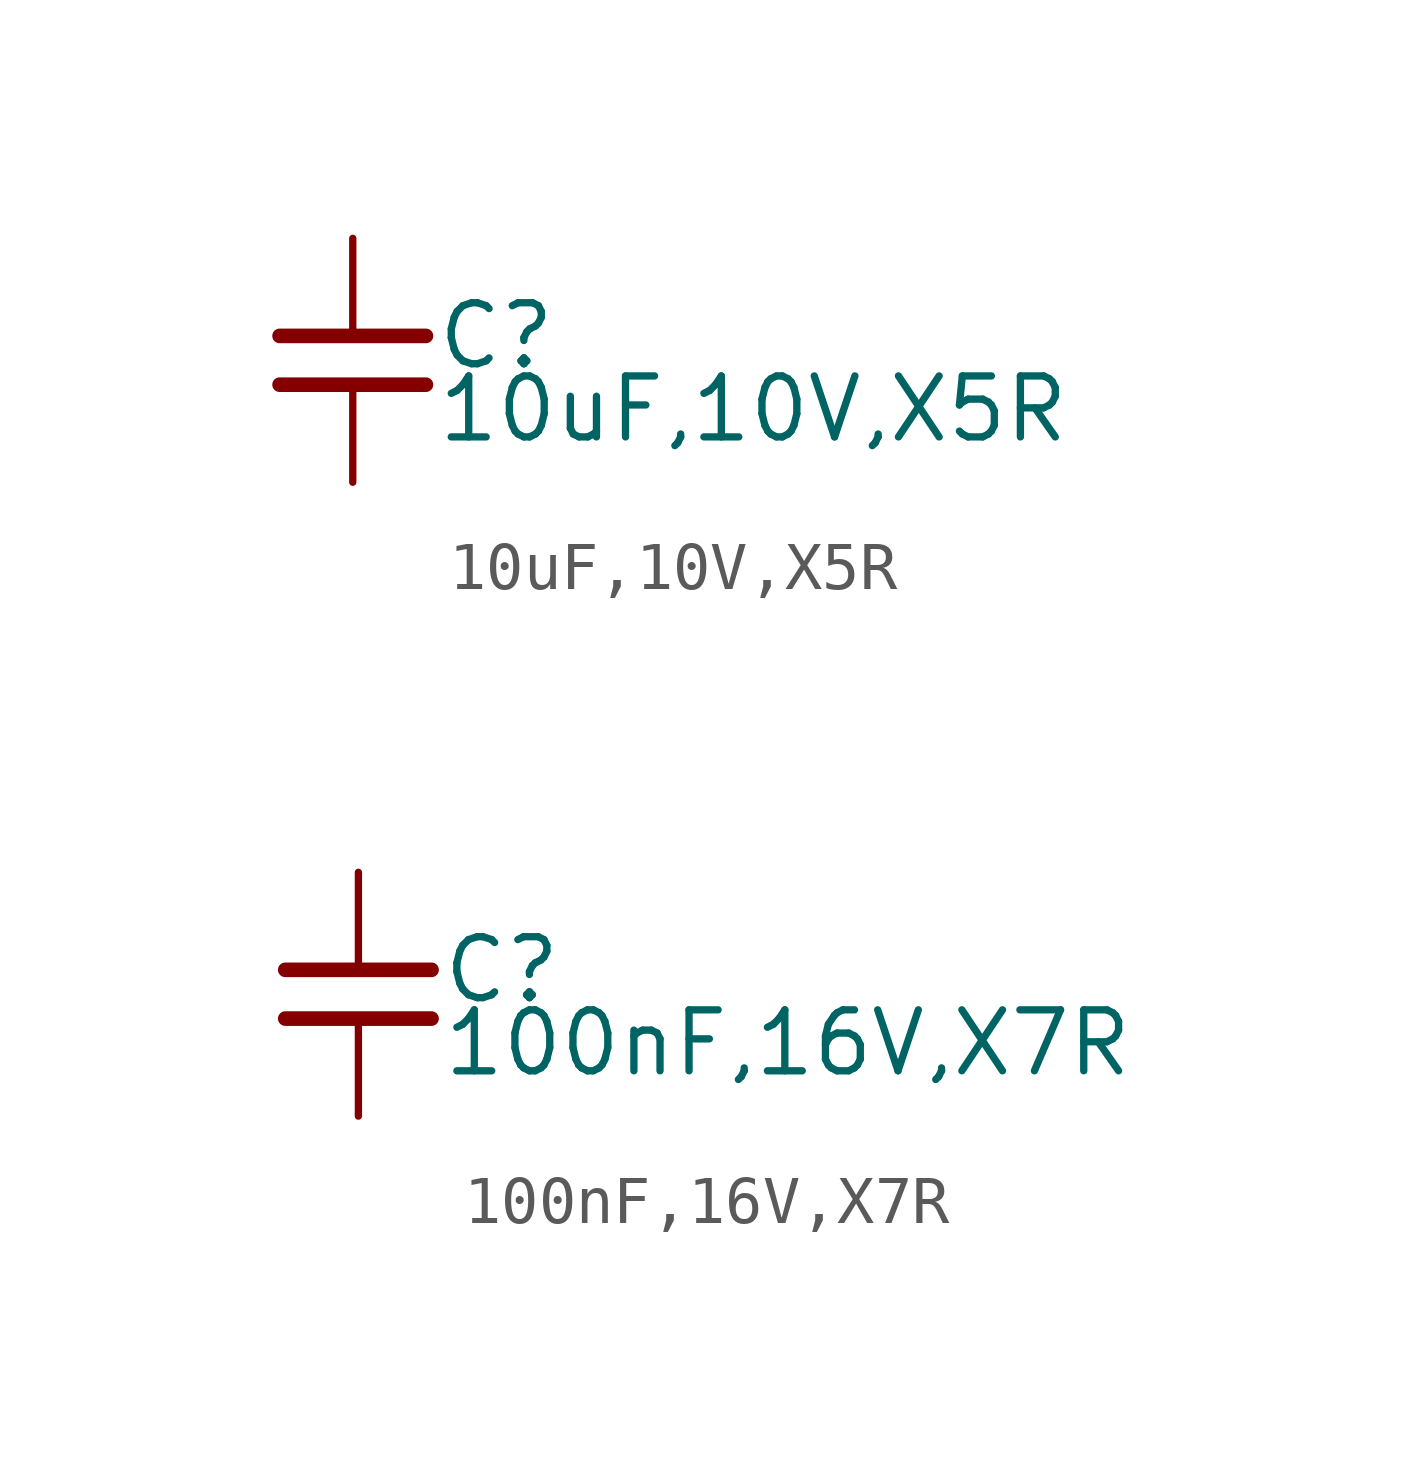
<source format=kicad_sym>
(kicad_symbol_lib
  (version 20220914)
  (generator kicad_symbol_editor)
  (symbol "10uF,10V,X5R"
    (property "Reference" "C"
      (at 1.71 0.508 0)
      (effects (font (size 1.27 1.27)) (justify left)))
    (property "Value" "10uF,10V,X5R "
      (at 1.71 -1.016 0)
      (effects (font (size 1.27 1.27)) (justify left)))
    (property "ki_locked" ""
      (at 0 0 0)
      (effects (font (size 1.27 1.27))))
    (symbol "10uF,10V,X5R_0_0"
      (polyline (pts (xy -1.524 -0.508) (xy 1.524 -0.508)) (stroke (width 0.305) (type default)) (fill (type none)))
      (polyline (pts (xy -1.524 0.508) (xy 1.524 0.508)) (stroke (width 0.305) (type default)) (fill (type none)))
      (pin passive line (at 0 2.54 270) (length 2.032) (name "~" (effects (font (size 0 0)))) (number "1" (effects (font (size 0 0)))))
      (pin passive line (at 0 -2.54 90) (length 2.032) (name "~" (effects (font (size 0 0)))) (number "2" (effects (font (size 0 0)))))))
  (symbol "100nF,16V,X7R"
    (property "Reference" "C"
      (at 1.71 0.508 0)
      (effects (font (size 1.27 1.27)) (justify left)))
    (property "Value" "100nF,16V,X7R "
      (at 1.71 -1.016 0)
      (effects (font (size 1.27 1.27)) (justify left)))
    (property "ki_locked" ""
      (at 0 0 0)
      (effects (font (size 1.27 1.27))))
    (symbol "100nF,16V,X7R_0_0"
      (polyline (pts (xy -1.524 -0.508) (xy 1.524 -0.508)) (stroke (width 0.305) (type default)) (fill (type none)))
      (polyline (pts (xy -1.524 0.508) (xy 1.524 0.508)) (stroke (width 0.305) (type default)) (fill (type none)))
      (pin passive line (at 0 2.54 270) (length 2.032) (name "~" (effects (font (size 0 0)))) (number "1" (effects (font (size 0 0)))))
      (pin passive line (at 0 -2.54 90) (length 2.032) (name "~" (effects (font (size 0 0)))) (number "2" (effects (font (size 0 0))))))))
</source>
